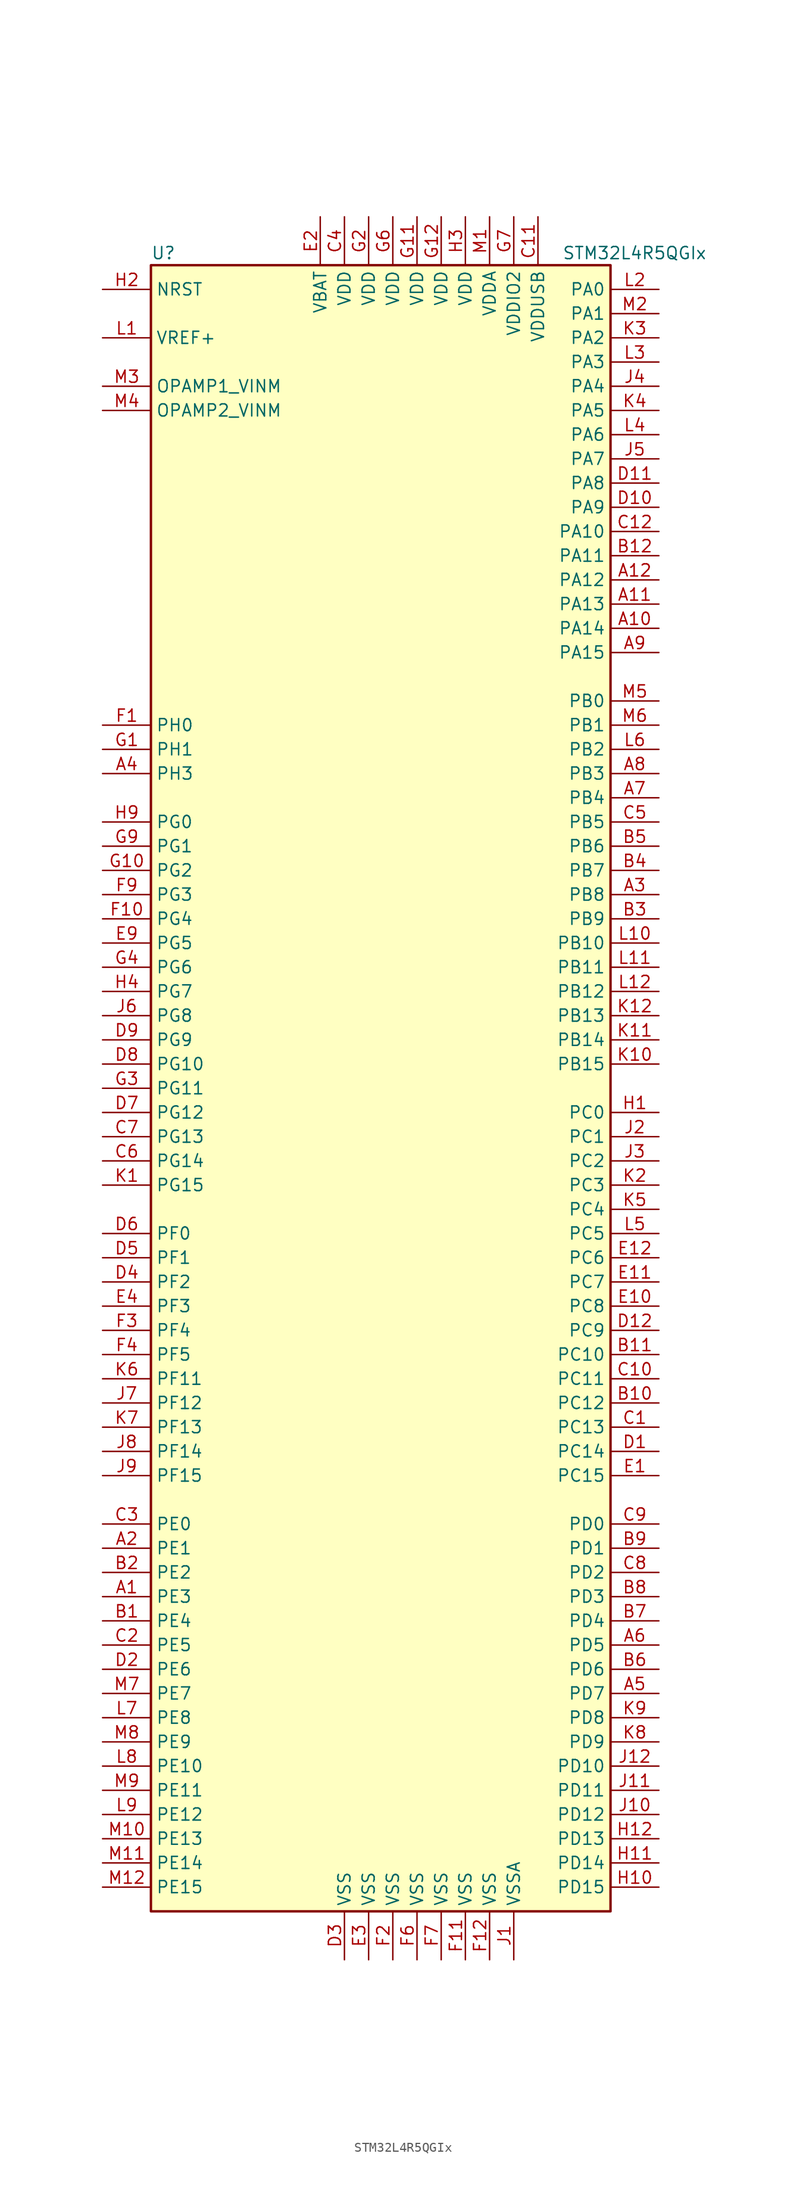
<source format=kicad_sym>
(kicad_symbol_lib
  (version 20220914)
  (generator kicad_symbol_editor)
  (symbol "STM32L4R5QGIx"
    (property "Reference" "U"
      (at -25.4 87.63 0)
      (effects (font (size 1.27 1.27)) (justify left)))
    (property "Value" "STM32L4R5QGIx"
      (at 17.78 87.63 0)
      (effects (font (size 1.27 1.27)) (justify left)))
    (symbol "STM32L4R5QGIx_0_1"
      (rectangle (start -25.4 -86.36) (end 22.86 86.36) (stroke (width 0.254) (type default)) (fill (type background))))
    (symbol "STM32L4R5QGIx_1_1"
      (pin bidirectional line (at -30.48 -53.34 0) (length 5.08) (name "PE3" (effects (font (size 1.27 1.27)))) (number "A1" (effects (font (size 1.27 1.27)))))
      (pin bidirectional line (at 27.94 48.26 180) (length 5.08) (name "PA14" (effects (font (size 1.27 1.27)))) (number "A10" (effects (font (size 1.27 1.27)))))
      (pin bidirectional line (at 27.94 50.8 180) (length 5.08) (name "PA13" (effects (font (size 1.27 1.27)))) (number "A11" (effects (font (size 1.27 1.27)))))
      (pin bidirectional line (at 27.94 53.34 180) (length 5.08) (name "PA12" (effects (font (size 1.27 1.27)))) (number "A12" (effects (font (size 1.27 1.27)))))
      (pin bidirectional line (at -30.48 -48.26 0) (length 5.08) (name "PE1" (effects (font (size 1.27 1.27)))) (number "A2" (effects (font (size 1.27 1.27)))))
      (pin bidirectional line (at 27.94 20.32 180) (length 5.08) (name "PB8" (effects (font (size 1.27 1.27)))) (number "A3" (effects (font (size 1.27 1.27)))))
      (pin bidirectional line (at -30.48 33.02 0) (length 5.08) (name "PH3" (effects (font (size 1.27 1.27)))) (number "A4" (effects (font (size 1.27 1.27)))))
      (pin bidirectional line (at 27.94 -63.5 180) (length 5.08) (name "PD7" (effects (font (size 1.27 1.27)))) (number "A5" (effects (font (size 1.27 1.27)))))
      (pin bidirectional line (at 27.94 -58.42 180) (length 5.08) (name "PD5" (effects (font (size 1.27 1.27)))) (number "A6" (effects (font (size 1.27 1.27)))))
      (pin bidirectional line (at 27.94 30.48 180) (length 5.08) (name "PB4" (effects (font (size 1.27 1.27)))) (number "A7" (effects (font (size 1.27 1.27)))))
      (pin bidirectional line (at 27.94 33.02 180) (length 5.08) (name "PB3" (effects (font (size 1.27 1.27)))) (number "A8" (effects (font (size 1.27 1.27)))))
      (pin bidirectional line (at 27.94 45.72 180) (length 5.08) (name "PA15" (effects (font (size 1.27 1.27)))) (number "A9" (effects (font (size 1.27 1.27)))))
      (pin bidirectional line (at -30.48 -55.88 0) (length 5.08) (name "PE4" (effects (font (size 1.27 1.27)))) (number "B1" (effects (font (size 1.27 1.27)))))
      (pin bidirectional line (at 27.94 -33.02 180) (length 5.08) (name "PC12" (effects (font (size 1.27 1.27)))) (number "B10" (effects (font (size 1.27 1.27)))))
      (pin bidirectional line (at 27.94 -27.94 180) (length 5.08) (name "PC10" (effects (font (size 1.27 1.27)))) (number "B11" (effects (font (size 1.27 1.27)))))
      (pin bidirectional line (at 27.94 55.88 180) (length 5.08) (name "PA11" (effects (font (size 1.27 1.27)))) (number "B12" (effects (font (size 1.27 1.27)))))
      (pin bidirectional line (at -30.48 -50.8 0) (length 5.08) (name "PE2" (effects (font (size 1.27 1.27)))) (number "B2" (effects (font (size 1.27 1.27)))))
      (pin bidirectional line (at 27.94 17.78 180) (length 5.08) (name "PB9" (effects (font (size 1.27 1.27)))) (number "B3" (effects (font (size 1.27 1.27)))))
      (pin bidirectional line (at 27.94 22.86 180) (length 5.08) (name "PB7" (effects (font (size 1.27 1.27)))) (number "B4" (effects (font (size 1.27 1.27)))))
      (pin bidirectional line (at 27.94 25.4 180) (length 5.08) (name "PB6" (effects (font (size 1.27 1.27)))) (number "B5" (effects (font (size 1.27 1.27)))))
      (pin bidirectional line (at 27.94 -60.96 180) (length 5.08) (name "PD6" (effects (font (size 1.27 1.27)))) (number "B6" (effects (font (size 1.27 1.27)))))
      (pin bidirectional line (at 27.94 -55.88 180) (length 5.08) (name "PD4" (effects (font (size 1.27 1.27)))) (number "B7" (effects (font (size 1.27 1.27)))))
      (pin bidirectional line (at 27.94 -53.34 180) (length 5.08) (name "PD3" (effects (font (size 1.27 1.27)))) (number "B8" (effects (font (size 1.27 1.27)))))
      (pin bidirectional line (at 27.94 -48.26 180) (length 5.08) (name "PD1" (effects (font (size 1.27 1.27)))) (number "B9" (effects (font (size 1.27 1.27)))))
      (pin bidirectional line (at 27.94 -35.56 180) (length 5.08) (name "PC13" (effects (font (size 1.27 1.27)))) (number "C1" (effects (font (size 1.27 1.27)))))
      (pin bidirectional line (at 27.94 -30.48 180) (length 5.08) (name "PC11" (effects (font (size 1.27 1.27)))) (number "C10" (effects (font (size 1.27 1.27)))))
      (pin power_in line (at 15.24 91.44 270) (length 5.08) (name "VDDUSB" (effects (font (size 1.27 1.27)))) (number "C11" (effects (font (size 1.27 1.27)))))
      (pin bidirectional line (at 27.94 58.42 180) (length 5.08) (name "PA10" (effects (font (size 1.27 1.27)))) (number "C12" (effects (font (size 1.27 1.27)))))
      (pin bidirectional line (at -30.48 -58.42 0) (length 5.08) (name "PE5" (effects (font (size 1.27 1.27)))) (number "C2" (effects (font (size 1.27 1.27)))))
      (pin bidirectional line (at -30.48 -45.72 0) (length 5.08) (name "PE0" (effects (font (size 1.27 1.27)))) (number "C3" (effects (font (size 1.27 1.27)))))
      (pin power_in line (at -5.08 91.44 270) (length 5.08) (name "VDD" (effects (font (size 1.27 1.27)))) (number "C4" (effects (font (size 1.27 1.27)))))
      (pin bidirectional line (at 27.94 27.94 180) (length 5.08) (name "PB5" (effects (font (size 1.27 1.27)))) (number "C5" (effects (font (size 1.27 1.27)))))
      (pin bidirectional line (at -30.48 -7.62 0) (length 5.08) (name "PG14" (effects (font (size 1.27 1.27)))) (number "C6" (effects (font (size 1.27 1.27)))))
      (pin bidirectional line (at -30.48 -5.08 0) (length 5.08) (name "PG13" (effects (font (size 1.27 1.27)))) (number "C7" (effects (font (size 1.27 1.27)))))
      (pin bidirectional line (at 27.94 -50.8 180) (length 5.08) (name "PD2" (effects (font (size 1.27 1.27)))) (number "C8" (effects (font (size 1.27 1.27)))))
      (pin bidirectional line (at 27.94 -45.72 180) (length 5.08) (name "PD0" (effects (font (size 1.27 1.27)))) (number "C9" (effects (font (size 1.27 1.27)))))
      (pin bidirectional line (at 27.94 -38.1 180) (length 5.08) (name "PC14" (effects (font (size 1.27 1.27)))) (number "D1" (effects (font (size 1.27 1.27)))))
      (pin bidirectional line (at 27.94 60.96 180) (length 5.08) (name "PA9" (effects (font (size 1.27 1.27)))) (number "D10" (effects (font (size 1.27 1.27)))))
      (pin bidirectional line (at 27.94 63.5 180) (length 5.08) (name "PA8" (effects (font (size 1.27 1.27)))) (number "D11" (effects (font (size 1.27 1.27)))))
      (pin bidirectional line (at 27.94 -25.4 180) (length 5.08) (name "PC9" (effects (font (size 1.27 1.27)))) (number "D12" (effects (font (size 1.27 1.27)))))
      (pin bidirectional line (at -30.48 -60.96 0) (length 5.08) (name "PE6" (effects (font (size 1.27 1.27)))) (number "D2" (effects (font (size 1.27 1.27)))))
      (pin power_in line (at -5.08 -91.44 90) (length 5.08) (name "VSS" (effects (font (size 1.27 1.27)))) (number "D3" (effects (font (size 1.27 1.27)))))
      (pin bidirectional line (at -30.48 -20.32 0) (length 5.08) (name "PF2" (effects (font (size 1.27 1.27)))) (number "D4" (effects (font (size 1.27 1.27)))))
      (pin bidirectional line (at -30.48 -17.78 0) (length 5.08) (name "PF1" (effects (font (size 1.27 1.27)))) (number "D5" (effects (font (size 1.27 1.27)))))
      (pin bidirectional line (at -30.48 -15.24 0) (length 5.08) (name "PF0" (effects (font (size 1.27 1.27)))) (number "D6" (effects (font (size 1.27 1.27)))))
      (pin bidirectional line (at -30.48 -2.54 0) (length 5.08) (name "PG12" (effects (font (size 1.27 1.27)))) (number "D7" (effects (font (size 1.27 1.27)))))
      (pin bidirectional line (at -30.48 2.54 0) (length 5.08) (name "PG10" (effects (font (size 1.27 1.27)))) (number "D8" (effects (font (size 1.27 1.27)))))
      (pin bidirectional line (at -30.48 5.08 0) (length 5.08) (name "PG9" (effects (font (size 1.27 1.27)))) (number "D9" (effects (font (size 1.27 1.27)))))
      (pin bidirectional line (at 27.94 -40.64 180) (length 5.08) (name "PC15" (effects (font (size 1.27 1.27)))) (number "E1" (effects (font (size 1.27 1.27)))))
      (pin bidirectional line (at 27.94 -22.86 180) (length 5.08) (name "PC8" (effects (font (size 1.27 1.27)))) (number "E10" (effects (font (size 1.27 1.27)))))
      (pin bidirectional line (at 27.94 -20.32 180) (length 5.08) (name "PC7" (effects (font (size 1.27 1.27)))) (number "E11" (effects (font (size 1.27 1.27)))))
      (pin bidirectional line (at 27.94 -17.78 180) (length 5.08) (name "PC6" (effects (font (size 1.27 1.27)))) (number "E12" (effects (font (size 1.27 1.27)))))
      (pin power_in line (at -7.62 91.44 270) (length 5.08) (name "VBAT" (effects (font (size 1.27 1.27)))) (number "E2" (effects (font (size 1.27 1.27)))))
      (pin power_in line (at -2.54 -91.44 90) (length 5.08) (name "VSS" (effects (font (size 1.27 1.27)))) (number "E3" (effects (font (size 1.27 1.27)))))
      (pin bidirectional line (at -30.48 -22.86 0) (length 5.08) (name "PF3" (effects (font (size 1.27 1.27)))) (number "E4" (effects (font (size 1.27 1.27)))))
      (pin bidirectional line (at -30.48 15.24 0) (length 5.08) (name "PG5" (effects (font (size 1.27 1.27)))) (number "E9" (effects (font (size 1.27 1.27)))))
      (pin input line (at -30.48 38.1 0) (length 5.08) (name "PH0" (effects (font (size 1.27 1.27)))) (number "F1" (effects (font (size 1.27 1.27)))))
      (pin bidirectional line (at -30.48 17.78 0) (length 5.08) (name "PG4" (effects (font (size 1.27 1.27)))) (number "F10" (effects (font (size 1.27 1.27)))))
      (pin power_in line (at 7.62 -91.44 90) (length 5.08) (name "VSS" (effects (font (size 1.27 1.27)))) (number "F11" (effects (font (size 1.27 1.27)))))
      (pin power_in line (at 10.16 -91.44 90) (length 5.08) (name "VSS" (effects (font (size 1.27 1.27)))) (number "F12" (effects (font (size 1.27 1.27)))))
      (pin power_in line (at 0 -91.44 90) (length 5.08) (name "VSS" (effects (font (size 1.27 1.27)))) (number "F2" (effects (font (size 1.27 1.27)))))
      (pin bidirectional line (at -30.48 -25.4 0) (length 5.08) (name "PF4" (effects (font (size 1.27 1.27)))) (number "F3" (effects (font (size 1.27 1.27)))))
      (pin bidirectional line (at -30.48 -27.94 0) (length 5.08) (name "PF5" (effects (font (size 1.27 1.27)))) (number "F4" (effects (font (size 1.27 1.27)))))
      (pin power_in line (at 2.54 -91.44 90) (length 5.08) (name "VSS" (effects (font (size 1.27 1.27)))) (number "F6" (effects (font (size 1.27 1.27)))))
      (pin power_in line (at 5.08 -91.44 90) (length 5.08) (name "VSS" (effects (font (size 1.27 1.27)))) (number "F7" (effects (font (size 1.27 1.27)))))
      (pin bidirectional line (at -30.48 20.32 0) (length 5.08) (name "PG3" (effects (font (size 1.27 1.27)))) (number "F9" (effects (font (size 1.27 1.27)))))
      (pin input line (at -30.48 35.56 0) (length 5.08) (name "PH1" (effects (font (size 1.27 1.27)))) (number "G1" (effects (font (size 1.27 1.27)))))
      (pin bidirectional line (at -30.48 22.86 0) (length 5.08) (name "PG2" (effects (font (size 1.27 1.27)))) (number "G10" (effects (font (size 1.27 1.27)))))
      (pin power_in line (at 2.54 91.44 270) (length 5.08) (name "VDD" (effects (font (size 1.27 1.27)))) (number "G11" (effects (font (size 1.27 1.27)))))
      (pin power_in line (at 5.08 91.44 270) (length 5.08) (name "VDD" (effects (font (size 1.27 1.27)))) (number "G12" (effects (font (size 1.27 1.27)))))
      (pin power_in line (at -2.54 91.44 270) (length 5.08) (name "VDD" (effects (font (size 1.27 1.27)))) (number "G2" (effects (font (size 1.27 1.27)))))
      (pin bidirectional line (at -30.48 0 0) (length 5.08) (name "PG11" (effects (font (size 1.27 1.27)))) (number "G3" (effects (font (size 1.27 1.27)))))
      (pin bidirectional line (at -30.48 12.7 0) (length 5.08) (name "PG6" (effects (font (size 1.27 1.27)))) (number "G4" (effects (font (size 1.27 1.27)))))
      (pin power_in line (at 0 91.44 270) (length 5.08) (name "VDD" (effects (font (size 1.27 1.27)))) (number "G6" (effects (font (size 1.27 1.27)))))
      (pin power_in line (at 12.7 91.44 270) (length 5.08) (name "VDDIO2" (effects (font (size 1.27 1.27)))) (number "G7" (effects (font (size 1.27 1.27)))))
      (pin bidirectional line (at -30.48 25.4 0) (length 5.08) (name "PG1" (effects (font (size 1.27 1.27)))) (number "G9" (effects (font (size 1.27 1.27)))))
      (pin bidirectional line (at 27.94 -2.54 180) (length 5.08) (name "PC0" (effects (font (size 1.27 1.27)))) (number "H1" (effects (font (size 1.27 1.27)))))
      (pin bidirectional line (at 27.94 -83.82 180) (length 5.08) (name "PD15" (effects (font (size 1.27 1.27)))) (number "H10" (effects (font (size 1.27 1.27)))))
      (pin bidirectional line (at 27.94 -81.28 180) (length 5.08) (name "PD14" (effects (font (size 1.27 1.27)))) (number "H11" (effects (font (size 1.27 1.27)))))
      (pin bidirectional line (at 27.94 -78.74 180) (length 5.08) (name "PD13" (effects (font (size 1.27 1.27)))) (number "H12" (effects (font (size 1.27 1.27)))))
      (pin input line (at -30.48 83.82 0) (length 5.08) (name "NRST" (effects (font (size 1.27 1.27)))) (number "H2" (effects (font (size 1.27 1.27)))))
      (pin power_in line (at 7.62 91.44 270) (length 5.08) (name "VDD" (effects (font (size 1.27 1.27)))) (number "H3" (effects (font (size 1.27 1.27)))))
      (pin bidirectional line (at -30.48 10.16 0) (length 5.08) (name "PG7" (effects (font (size 1.27 1.27)))) (number "H4" (effects (font (size 1.27 1.27)))))
      (pin bidirectional line (at -30.48 27.94 0) (length 5.08) (name "PG0" (effects (font (size 1.27 1.27)))) (number "H9" (effects (font (size 1.27 1.27)))))
      (pin power_in line (at 12.7 -91.44 90) (length 5.08) (name "VSSA" (effects (font (size 1.27 1.27)))) (number "J1" (effects (font (size 1.27 1.27)))))
      (pin bidirectional line (at 27.94 -76.2 180) (length 5.08) (name "PD12" (effects (font (size 1.27 1.27)))) (number "J10" (effects (font (size 1.27 1.27)))))
      (pin bidirectional line (at 27.94 -73.66 180) (length 5.08) (name "PD11" (effects (font (size 1.27 1.27)))) (number "J11" (effects (font (size 1.27 1.27)))))
      (pin bidirectional line (at 27.94 -71.12 180) (length 5.08) (name "PD10" (effects (font (size 1.27 1.27)))) (number "J12" (effects (font (size 1.27 1.27)))))
      (pin bidirectional line (at 27.94 -5.08 180) (length 5.08) (name "PC1" (effects (font (size 1.27 1.27)))) (number "J2" (effects (font (size 1.27 1.27)))))
      (pin bidirectional line (at 27.94 -7.62 180) (length 5.08) (name "PC2" (effects (font (size 1.27 1.27)))) (number "J3" (effects (font (size 1.27 1.27)))))
      (pin bidirectional line (at 27.94 73.66 180) (length 5.08) (name "PA4" (effects (font (size 1.27 1.27)))) (number "J4" (effects (font (size 1.27 1.27)))))
      (pin bidirectional line (at 27.94 66.04 180) (length 5.08) (name "PA7" (effects (font (size 1.27 1.27)))) (number "J5" (effects (font (size 1.27 1.27)))))
      (pin bidirectional line (at -30.48 7.62 0) (length 5.08) (name "PG8" (effects (font (size 1.27 1.27)))) (number "J6" (effects (font (size 1.27 1.27)))))
      (pin bidirectional line (at -30.48 -33.02 0) (length 5.08) (name "PF12" (effects (font (size 1.27 1.27)))) (number "J7" (effects (font (size 1.27 1.27)))))
      (pin bidirectional line (at -30.48 -38.1 0) (length 5.08) (name "PF14" (effects (font (size 1.27 1.27)))) (number "J8" (effects (font (size 1.27 1.27)))))
      (pin bidirectional line (at -30.48 -40.64 0) (length 5.08) (name "PF15" (effects (font (size 1.27 1.27)))) (number "J9" (effects (font (size 1.27 1.27)))))
      (pin bidirectional line (at -30.48 -10.16 0) (length 5.08) (name "PG15" (effects (font (size 1.27 1.27)))) (number "K1" (effects (font (size 1.27 1.27)))))
      (pin bidirectional line (at 27.94 2.54 180) (length 5.08) (name "PB15" (effects (font (size 1.27 1.27)))) (number "K10" (effects (font (size 1.27 1.27)))))
      (pin bidirectional line (at 27.94 5.08 180) (length 5.08) (name "PB14" (effects (font (size 1.27 1.27)))) (number "K11" (effects (font (size 1.27 1.27)))))
      (pin bidirectional line (at 27.94 7.62 180) (length 5.08) (name "PB13" (effects (font (size 1.27 1.27)))) (number "K12" (effects (font (size 1.27 1.27)))))
      (pin bidirectional line (at 27.94 -10.16 180) (length 5.08) (name "PC3" (effects (font (size 1.27 1.27)))) (number "K2" (effects (font (size 1.27 1.27)))))
      (pin bidirectional line (at 27.94 78.74 180) (length 5.08) (name "PA2" (effects (font (size 1.27 1.27)))) (number "K3" (effects (font (size 1.27 1.27)))))
      (pin bidirectional line (at 27.94 71.12 180) (length 5.08) (name "PA5" (effects (font (size 1.27 1.27)))) (number "K4" (effects (font (size 1.27 1.27)))))
      (pin bidirectional line (at 27.94 -12.7 180) (length 5.08) (name "PC4" (effects (font (size 1.27 1.27)))) (number "K5" (effects (font (size 1.27 1.27)))))
      (pin bidirectional line (at -30.48 -30.48 0) (length 5.08) (name "PF11" (effects (font (size 1.27 1.27)))) (number "K6" (effects (font (size 1.27 1.27)))))
      (pin bidirectional line (at -30.48 -35.56 0) (length 5.08) (name "PF13" (effects (font (size 1.27 1.27)))) (number "K7" (effects (font (size 1.27 1.27)))))
      (pin bidirectional line (at 27.94 -68.58 180) (length 5.08) (name "PD9" (effects (font (size 1.27 1.27)))) (number "K8" (effects (font (size 1.27 1.27)))))
      (pin bidirectional line (at 27.94 -66.04 180) (length 5.08) (name "PD8" (effects (font (size 1.27 1.27)))) (number "K9" (effects (font (size 1.27 1.27)))))
      (pin bidirectional line (at -30.48 78.74 0) (length 5.08) (name "VREF+" (effects (font (size 1.27 1.27)))) (number "L1" (effects (font (size 1.27 1.27)))))
      (pin bidirectional line (at 27.94 15.24 180) (length 5.08) (name "PB10" (effects (font (size 1.27 1.27)))) (number "L10" (effects (font (size 1.27 1.27)))))
      (pin bidirectional line (at 27.94 12.7 180) (length 5.08) (name "PB11" (effects (font (size 1.27 1.27)))) (number "L11" (effects (font (size 1.27 1.27)))))
      (pin bidirectional line (at 27.94 10.16 180) (length 5.08) (name "PB12" (effects (font (size 1.27 1.27)))) (number "L12" (effects (font (size 1.27 1.27)))))
      (pin bidirectional line (at 27.94 83.82 180) (length 5.08) (name "PA0" (effects (font (size 1.27 1.27)))) (number "L2" (effects (font (size 1.27 1.27)))))
      (pin bidirectional line (at 27.94 76.2 180) (length 5.08) (name "PA3" (effects (font (size 1.27 1.27)))) (number "L3" (effects (font (size 1.27 1.27)))))
      (pin bidirectional line (at 27.94 68.58 180) (length 5.08) (name "PA6" (effects (font (size 1.27 1.27)))) (number "L4" (effects (font (size 1.27 1.27)))))
      (pin bidirectional line (at 27.94 -15.24 180) (length 5.08) (name "PC5" (effects (font (size 1.27 1.27)))) (number "L5" (effects (font (size 1.27 1.27)))))
      (pin bidirectional line (at 27.94 35.56 180) (length 5.08) (name "PB2" (effects (font (size 1.27 1.27)))) (number "L6" (effects (font (size 1.27 1.27)))))
      (pin bidirectional line (at -30.48 -66.04 0) (length 5.08) (name "PE8" (effects (font (size 1.27 1.27)))) (number "L7" (effects (font (size 1.27 1.27)))))
      (pin bidirectional line (at -30.48 -71.12 0) (length 5.08) (name "PE10" (effects (font (size 1.27 1.27)))) (number "L8" (effects (font (size 1.27 1.27)))))
      (pin bidirectional line (at -30.48 -76.2 0) (length 5.08) (name "PE12" (effects (font (size 1.27 1.27)))) (number "L9" (effects (font (size 1.27 1.27)))))
      (pin power_in line (at 10.16 91.44 270) (length 5.08) (name "VDDA" (effects (font (size 1.27 1.27)))) (number "M1" (effects (font (size 1.27 1.27)))))
      (pin bidirectional line (at -30.48 -78.74 0) (length 5.08) (name "PE13" (effects (font (size 1.27 1.27)))) (number "M10" (effects (font (size 1.27 1.27)))))
      (pin bidirectional line (at -30.48 -81.28 0) (length 5.08) (name "PE14" (effects (font (size 1.27 1.27)))) (number "M11" (effects (font (size 1.27 1.27)))))
      (pin bidirectional line (at -30.48 -83.82 0) (length 5.08) (name "PE15" (effects (font (size 1.27 1.27)))) (number "M12" (effects (font (size 1.27 1.27)))))
      (pin bidirectional line (at 27.94 81.28 180) (length 5.08) (name "PA1" (effects (font (size 1.27 1.27)))) (number "M2" (effects (font (size 1.27 1.27)))))
      (pin bidirectional line (at -30.48 73.66 0) (length 5.08) (name "OPAMP1_VINM" (effects (font (size 1.27 1.27)))) (number "M3" (effects (font (size 1.27 1.27)))))
      (pin bidirectional line (at -30.48 71.12 0) (length 5.08) (name "OPAMP2_VINM" (effects (font (size 1.27 1.27)))) (number "M4" (effects (font (size 1.27 1.27)))))
      (pin bidirectional line (at 27.94 40.64 180) (length 5.08) (name "PB0" (effects (font (size 1.27 1.27)))) (number "M5" (effects (font (size 1.27 1.27)))))
      (pin bidirectional line (at 27.94 38.1 180) (length 5.08) (name "PB1" (effects (font (size 1.27 1.27)))) (number "M6" (effects (font (size 1.27 1.27)))))
      (pin bidirectional line (at -30.48 -63.5 0) (length 5.08) (name "PE7" (effects (font (size 1.27 1.27)))) (number "M7" (effects (font (size 1.27 1.27)))))
      (pin bidirectional line (at -30.48 -68.58 0) (length 5.08) (name "PE9" (effects (font (size 1.27 1.27)))) (number "M8" (effects (font (size 1.27 1.27)))))
      (pin bidirectional line (at -30.48 -73.66 0) (length 5.08) (name "PE11" (effects (font (size 1.27 1.27)))) (number "M9" (effects (font (size 1.27 1.27))))))))
</source>
